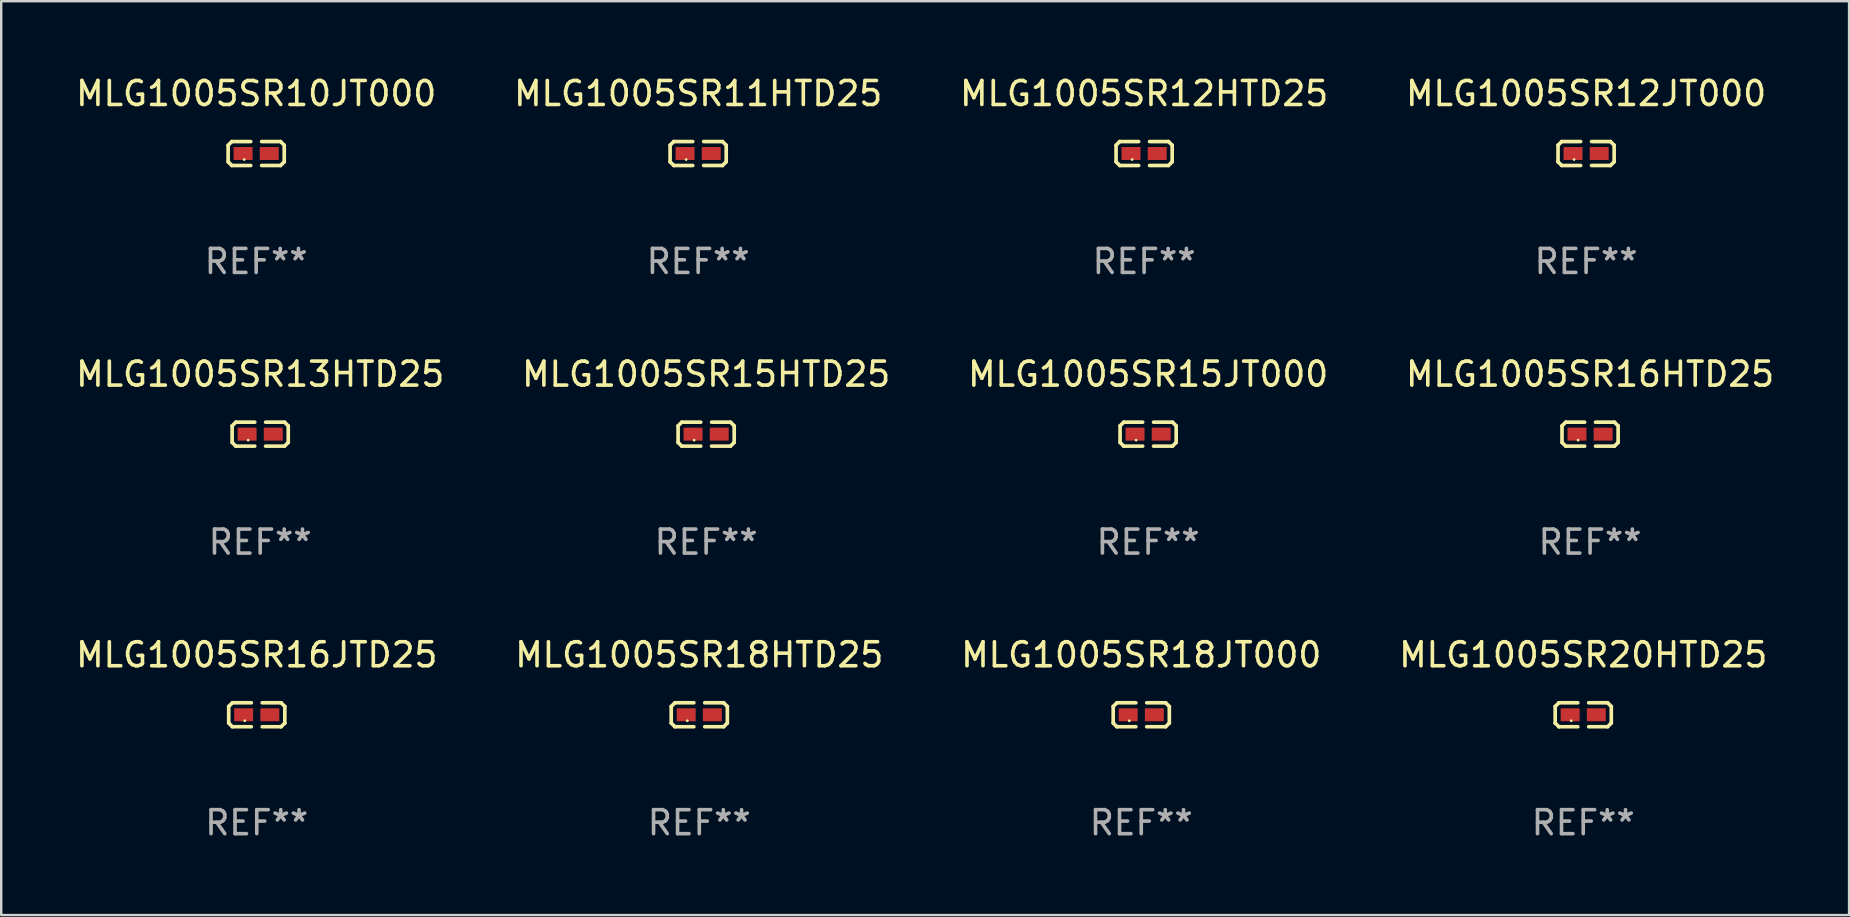
<source format=kicad_pcb>
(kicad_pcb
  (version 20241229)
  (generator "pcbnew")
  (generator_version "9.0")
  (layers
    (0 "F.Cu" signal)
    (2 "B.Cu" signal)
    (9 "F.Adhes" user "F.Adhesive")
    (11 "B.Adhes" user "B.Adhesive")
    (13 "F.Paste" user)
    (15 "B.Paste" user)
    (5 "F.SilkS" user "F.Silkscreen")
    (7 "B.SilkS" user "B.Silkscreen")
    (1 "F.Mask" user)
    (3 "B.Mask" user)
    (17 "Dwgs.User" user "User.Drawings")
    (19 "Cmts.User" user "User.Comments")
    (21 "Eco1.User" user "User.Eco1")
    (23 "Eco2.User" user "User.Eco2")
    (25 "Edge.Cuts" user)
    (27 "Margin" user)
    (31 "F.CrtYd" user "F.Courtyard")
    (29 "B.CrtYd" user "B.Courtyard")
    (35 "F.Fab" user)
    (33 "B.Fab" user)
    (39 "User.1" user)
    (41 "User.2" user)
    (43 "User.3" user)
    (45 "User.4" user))
  (footprint "MLG1005SR18JT000"
    (layer "F.Cu")
    (at 44.506 26.734)
    (property "Reference" "MLG1005SR18JT000" (at 0 -2.499 0) (layer "F.SilkS") (effects (font (size 1 1) (thickness 0.15))))
    (attr through_hole)
    (fp_line (start -1.169 -0.346) (end -1.016 -0.499) (stroke (width 0.152) (type solid)) (layer "F.SilkS"))
    (fp_line (start -1.169 0.346) (end -1.169 -0.346) (stroke (width 0.152) (type solid)) (layer "F.SilkS"))
    (fp_line (start -1.016 -0.499) (end -0.226 -0.499) (stroke (width 0.152) (type solid)) (layer "F.SilkS"))
    (fp_line (start -1.016 0.499) (end -1.169 0.346) (stroke (width 0.152) (type solid)) (layer "F.SilkS"))
    (fp_line (start -0.226 0.499) (end -1.016 0.499) (stroke (width 0.152) (type solid)) (layer "F.SilkS"))
    (fp_line (start 0.226 0.499) (end 1.016 0.499) (stroke (width 0.152) (type solid)) (layer "F.SilkS"))
    (fp_line (start 1.016 -0.499) (end 0.226 -0.499) (stroke (width 0.152) (type solid)) (layer "F.SilkS"))
    (fp_line (start 1.016 0.499) (end 1.169 0.346) (stroke (width 0.152) (type solid)) (layer "F.SilkS"))
    (fp_line (start 1.169 -0.346) (end 1.016 -0.499) (stroke (width 0.152) (type solid)) (layer "F.SilkS"))
    (fp_line (start 1.169 0.346) (end 1.169 -0.346) (stroke (width 0.152) (type solid)) (layer "F.SilkS"))
    (fp_circle (center -0.5 0.25) (end -0.47 0.25) (stroke (width 0.06) (type solid)) (fill no) (layer "F.SilkS"))
    (fp_text user "REF**" (at 0 4.499 0) (layer "F.Fab") (effects (font (size 1 1) (thickness 0.15))))
    (pad "1" smd rect (at -0.545 0) (size 0.79 0.54) (layers "F.Cu" "F.Mask" "F.Paste"))
    (pad "2" smd rect (at 0.545 0) (size 0.79 0.54) (layers "F.Cu" "F.Mask" "F.Paste")))
  (footprint "MLG1005SR18HTD25"
    (layer "F.Cu")
    (at 26.089 26.734)
    (property "Reference" "MLG1005SR18HTD25" (at 0 -2.499 0) (layer "F.SilkS") (effects (font (size 1 1) (thickness 0.15))))
    (attr through_hole)
    (fp_line (start -1.169 -0.346) (end -1.016 -0.499) (stroke (width 0.152) (type solid)) (layer "F.SilkS"))
    (fp_line (start -1.169 0.346) (end -1.169 -0.346) (stroke (width 0.152) (type solid)) (layer "F.SilkS"))
    (fp_line (start -1.016 -0.499) (end -0.226 -0.499) (stroke (width 0.152) (type solid)) (layer "F.SilkS"))
    (fp_line (start -1.016 0.499) (end -1.169 0.346) (stroke (width 0.152) (type solid)) (layer "F.SilkS"))
    (fp_line (start -0.226 0.499) (end -1.016 0.499) (stroke (width 0.152) (type solid)) (layer "F.SilkS"))
    (fp_line (start 0.226 0.499) (end 1.016 0.499) (stroke (width 0.152) (type solid)) (layer "F.SilkS"))
    (fp_line (start 1.016 -0.499) (end 0.226 -0.499) (stroke (width 0.152) (type solid)) (layer "F.SilkS"))
    (fp_line (start 1.016 0.499) (end 1.169 0.346) (stroke (width 0.152) (type solid)) (layer "F.SilkS"))
    (fp_line (start 1.169 -0.346) (end 1.016 -0.499) (stroke (width 0.152) (type solid)) (layer "F.SilkS"))
    (fp_line (start 1.169 0.346) (end 1.169 -0.346) (stroke (width 0.152) (type solid)) (layer "F.SilkS"))
    (fp_circle (center -0.5 0.25) (end -0.47 0.25) (stroke (width 0.06) (type solid)) (fill no) (layer "F.SilkS"))
    (fp_text user "REF**" (at 0 4.499 0) (layer "F.Fab") (effects (font (size 1 1) (thickness 0.15))))
    (pad "1" smd rect (at -0.545 0) (size 0.79 0.54) (layers "F.Cu" "F.Mask" "F.Paste"))
    (pad "2" smd rect (at 0.545 0) (size 0.79 0.54) (layers "F.Cu" "F.Mask" "F.Paste")))
  (footprint "MLG1005SR16HTD25"
    (layer "F.Cu")
    (at 63.208 15.041)
    (property "Reference" "MLG1005SR16HTD25" (at 0 -2.499 0) (layer "F.SilkS") (effects (font (size 1 1) (thickness 0.15))))
    (attr through_hole)
    (fp_line (start -1.169 -0.346) (end -1.016 -0.499) (stroke (width 0.152) (type solid)) (layer "F.SilkS"))
    (fp_line (start -1.169 0.346) (end -1.169 -0.346) (stroke (width 0.152) (type solid)) (layer "F.SilkS"))
    (fp_line (start -1.016 -0.499) (end -0.226 -0.499) (stroke (width 0.152) (type solid)) (layer "F.SilkS"))
    (fp_line (start -1.016 0.499) (end -1.169 0.346) (stroke (width 0.152) (type solid)) (layer "F.SilkS"))
    (fp_line (start -0.226 0.499) (end -1.016 0.499) (stroke (width 0.152) (type solid)) (layer "F.SilkS"))
    (fp_line (start 0.226 0.499) (end 1.016 0.499) (stroke (width 0.152) (type solid)) (layer "F.SilkS"))
    (fp_line (start 1.016 -0.499) (end 0.226 -0.499) (stroke (width 0.152) (type solid)) (layer "F.SilkS"))
    (fp_line (start 1.016 0.499) (end 1.169 0.346) (stroke (width 0.152) (type solid)) (layer "F.SilkS"))
    (fp_line (start 1.169 -0.346) (end 1.016 -0.499) (stroke (width 0.152) (type solid)) (layer "F.SilkS"))
    (fp_line (start 1.169 0.346) (end 1.169 -0.346) (stroke (width 0.152) (type solid)) (layer "F.SilkS"))
    (fp_circle (center -0.5 0.25) (end -0.47 0.25) (stroke (width 0.06) (type solid)) (fill no) (layer "F.SilkS"))
    (fp_text user "REF**" (at 0 4.499 0) (layer "F.Fab") (effects (font (size 1 1) (thickness 0.15))))
    (pad "1" smd rect (at -0.545 0) (size 0.79 0.54) (layers "F.Cu" "F.Mask" "F.Paste"))
    (pad "2" smd rect (at 0.545 0) (size 0.79 0.54) (layers "F.Cu" "F.Mask" "F.Paste")))
  (footprint "MLG1005SR15JT000"
    (layer "F.Cu")
    (at 44.792 15.041)
    (property "Reference" "MLG1005SR15JT000" (at 0 -2.499 0) (layer "F.SilkS") (effects (font (size 1 1) (thickness 0.15))))
    (attr through_hole)
    (fp_line (start -1.169 -0.346) (end -1.016 -0.499) (stroke (width 0.152) (type solid)) (layer "F.SilkS"))
    (fp_line (start -1.169 0.346) (end -1.169 -0.346) (stroke (width 0.152) (type solid)) (layer "F.SilkS"))
    (fp_line (start -1.016 -0.499) (end -0.226 -0.499) (stroke (width 0.152) (type solid)) (layer "F.SilkS"))
    (fp_line (start -1.016 0.499) (end -1.169 0.346) (stroke (width 0.152) (type solid)) (layer "F.SilkS"))
    (fp_line (start -0.226 0.499) (end -1.016 0.499) (stroke (width 0.152) (type solid)) (layer "F.SilkS"))
    (fp_line (start 0.226 0.499) (end 1.016 0.499) (stroke (width 0.152) (type solid)) (layer "F.SilkS"))
    (fp_line (start 1.016 -0.499) (end 0.226 -0.499) (stroke (width 0.152) (type solid)) (layer "F.SilkS"))
    (fp_line (start 1.016 0.499) (end 1.169 0.346) (stroke (width 0.152) (type solid)) (layer "F.SilkS"))
    (fp_line (start 1.169 -0.346) (end 1.016 -0.499) (stroke (width 0.152) (type solid)) (layer "F.SilkS"))
    (fp_line (start 1.169 0.346) (end 1.169 -0.346) (stroke (width 0.152) (type solid)) (layer "F.SilkS"))
    (fp_circle (center -0.5 0.25) (end -0.47 0.25) (stroke (width 0.06) (type solid)) (fill no) (layer "F.SilkS"))
    (fp_text user "REF**" (at 0 4.499 0) (layer "F.Fab") (effects (font (size 1 1) (thickness 0.15))))
    (pad "1" smd rect (at -0.545 0) (size 0.79 0.54) (layers "F.Cu" "F.Mask" "F.Paste"))
    (pad "2" smd rect (at 0.545 0) (size 0.79 0.54) (layers "F.Cu" "F.Mask" "F.Paste")))
  (footprint "MLG1005SR20HTD25"
    (layer "F.Cu")
    (at 62.923 26.734)
    (property "Reference" "MLG1005SR20HTD25" (at 0 -2.499 0) (layer "F.SilkS") (effects (font (size 1 1) (thickness 0.15))))
    (attr through_hole)
    (fp_line (start -1.169 -0.346) (end -1.016 -0.499) (stroke (width 0.152) (type solid)) (layer "F.SilkS"))
    (fp_line (start -1.169 0.346) (end -1.169 -0.346) (stroke (width 0.152) (type solid)) (layer "F.SilkS"))
    (fp_line (start -1.016 -0.499) (end -0.226 -0.499) (stroke (width 0.152) (type solid)) (layer "F.SilkS"))
    (fp_line (start -1.016 0.499) (end -1.169 0.346) (stroke (width 0.152) (type solid)) (layer "F.SilkS"))
    (fp_line (start -0.226 0.499) (end -1.016 0.499) (stroke (width 0.152) (type solid)) (layer "F.SilkS"))
    (fp_line (start 0.226 0.499) (end 1.016 0.499) (stroke (width 0.152) (type solid)) (layer "F.SilkS"))
    (fp_line (start 1.016 -0.499) (end 0.226 -0.499) (stroke (width 0.152) (type solid)) (layer "F.SilkS"))
    (fp_line (start 1.016 0.499) (end 1.169 0.346) (stroke (width 0.152) (type solid)) (layer "F.SilkS"))
    (fp_line (start 1.169 -0.346) (end 1.016 -0.499) (stroke (width 0.152) (type solid)) (layer "F.SilkS"))
    (fp_line (start 1.169 0.346) (end 1.169 -0.346) (stroke (width 0.152) (type solid)) (layer "F.SilkS"))
    (fp_circle (center -0.5 0.25) (end -0.47 0.25) (stroke (width 0.06) (type solid)) (fill no) (layer "F.SilkS"))
    (fp_text user "REF**" (at 0 4.499 0) (layer "F.Fab") (effects (font (size 1 1) (thickness 0.15))))
    (pad "1" smd rect (at -0.545 0) (size 0.79 0.54) (layers "F.Cu" "F.Mask" "F.Paste"))
    (pad "2" smd rect (at 0.545 0) (size 0.79 0.54) (layers "F.Cu" "F.Mask" "F.Paste")))
  (footprint "MLG1005SR13HTD25"
    (layer "F.Cu")
    (at 7.792 15.041)
    (property "Reference" "MLG1005SR13HTD25" (at 0 -2.499 0) (layer "F.SilkS") (effects (font (size 1 1) (thickness 0.15))))
    (attr through_hole)
    (fp_line (start -1.169 -0.346) (end -1.016 -0.499) (stroke (width 0.152) (type solid)) (layer "F.SilkS"))
    (fp_line (start -1.169 0.346) (end -1.169 -0.346) (stroke (width 0.152) (type solid)) (layer "F.SilkS"))
    (fp_line (start -1.016 -0.499) (end -0.226 -0.499) (stroke (width 0.152) (type solid)) (layer "F.SilkS"))
    (fp_line (start -1.016 0.499) (end -1.169 0.346) (stroke (width 0.152) (type solid)) (layer "F.SilkS"))
    (fp_line (start -0.226 0.499) (end -1.016 0.499) (stroke (width 0.152) (type solid)) (layer "F.SilkS"))
    (fp_line (start 0.226 0.499) (end 1.016 0.499) (stroke (width 0.152) (type solid)) (layer "F.SilkS"))
    (fp_line (start 1.016 -0.499) (end 0.226 -0.499) (stroke (width 0.152) (type solid)) (layer "F.SilkS"))
    (fp_line (start 1.016 0.499) (end 1.169 0.346) (stroke (width 0.152) (type solid)) (layer "F.SilkS"))
    (fp_line (start 1.169 -0.346) (end 1.016 -0.499) (stroke (width 0.152) (type solid)) (layer "F.SilkS"))
    (fp_line (start 1.169 0.346) (end 1.169 -0.346) (stroke (width 0.152) (type solid)) (layer "F.SilkS"))
    (fp_circle (center -0.5 0.25) (end -0.47 0.25) (stroke (width 0.06) (type solid)) (fill no) (layer "F.SilkS"))
    (fp_text user "REF**" (at 0 4.499 0) (layer "F.Fab") (effects (font (size 1 1) (thickness 0.15))))
    (pad "1" smd rect (at -0.545 0) (size 0.79 0.54) (layers "F.Cu" "F.Mask" "F.Paste"))
    (pad "2" smd rect (at 0.545 0) (size 0.79 0.54) (layers "F.Cu" "F.Mask" "F.Paste")))
  (footprint "MLG1005SR10JT000"
    (layer "F.Cu")
    (at 7.625 3.347)
    (property "Reference" "MLG1005SR10JT000" (at 0 -2.499 0) (layer "F.SilkS") (effects (font (size 1 1) (thickness 0.15))))
    (attr through_hole)
    (fp_line (start -1.169 -0.346) (end -1.016 -0.499) (stroke (width 0.152) (type solid)) (layer "F.SilkS"))
    (fp_line (start -1.169 0.346) (end -1.169 -0.346) (stroke (width 0.152) (type solid)) (layer "F.SilkS"))
    (fp_line (start -1.016 -0.499) (end -0.226 -0.499) (stroke (width 0.152) (type solid)) (layer "F.SilkS"))
    (fp_line (start -1.016 0.499) (end -1.169 0.346) (stroke (width 0.152) (type solid)) (layer "F.SilkS"))
    (fp_line (start -0.226 0.499) (end -1.016 0.499) (stroke (width 0.152) (type solid)) (layer "F.SilkS"))
    (fp_line (start 0.226 0.499) (end 1.016 0.499) (stroke (width 0.152) (type solid)) (layer "F.SilkS"))
    (fp_line (start 1.016 -0.499) (end 0.226 -0.499) (stroke (width 0.152) (type solid)) (layer "F.SilkS"))
    (fp_line (start 1.016 0.499) (end 1.169 0.346) (stroke (width 0.152) (type solid)) (layer "F.SilkS"))
    (fp_line (start 1.169 -0.346) (end 1.016 -0.499) (stroke (width 0.152) (type solid)) (layer "F.SilkS"))
    (fp_line (start 1.169 0.346) (end 1.169 -0.346) (stroke (width 0.152) (type solid)) (layer "F.SilkS"))
    (fp_circle (center -0.5 0.25) (end -0.47 0.25) (stroke (width 0.06) (type solid)) (fill no) (layer "F.SilkS"))
    (fp_text user "REF**" (at 0 4.499 0) (layer "F.Fab") (effects (font (size 1 1) (thickness 0.15))))
    (pad "1" smd rect (at -0.545 0) (size 0.79 0.54) (layers "F.Cu" "F.Mask" "F.Paste"))
    (pad "2" smd rect (at 0.545 0) (size 0.79 0.54) (layers "F.Cu" "F.Mask" "F.Paste")))
  (footprint "MLG1005SR15HTD25"
    (layer "F.Cu")
    (at 26.375 15.041)
    (property "Reference" "MLG1005SR15HTD25" (at 0 -2.499 0) (layer "F.SilkS") (effects (font (size 1 1) (thickness 0.15))))
    (attr through_hole)
    (fp_line (start -1.169 -0.346) (end -1.016 -0.499) (stroke (width 0.152) (type solid)) (layer "F.SilkS"))
    (fp_line (start -1.169 0.346) (end -1.169 -0.346) (stroke (width 0.152) (type solid)) (layer "F.SilkS"))
    (fp_line (start -1.016 -0.499) (end -0.226 -0.499) (stroke (width 0.152) (type solid)) (layer "F.SilkS"))
    (fp_line (start -1.016 0.499) (end -1.169 0.346) (stroke (width 0.152) (type solid)) (layer "F.SilkS"))
    (fp_line (start -0.226 0.499) (end -1.016 0.499) (stroke (width 0.152) (type solid)) (layer "F.SilkS"))
    (fp_line (start 0.226 0.499) (end 1.016 0.499) (stroke (width 0.152) (type solid)) (layer "F.SilkS"))
    (fp_line (start 1.016 -0.499) (end 0.226 -0.499) (stroke (width 0.152) (type solid)) (layer "F.SilkS"))
    (fp_line (start 1.016 0.499) (end 1.169 0.346) (stroke (width 0.152) (type solid)) (layer "F.SilkS"))
    (fp_line (start 1.169 -0.346) (end 1.016 -0.499) (stroke (width 0.152) (type solid)) (layer "F.SilkS"))
    (fp_line (start 1.169 0.346) (end 1.169 -0.346) (stroke (width 0.152) (type solid)) (layer "F.SilkS"))
    (fp_circle (center -0.5 0.25) (end -0.47 0.25) (stroke (width 0.06) (type solid)) (fill no) (layer "F.SilkS"))
    (fp_text user "REF**" (at 0 4.499 0) (layer "F.Fab") (effects (font (size 1 1) (thickness 0.15))))
    (pad "1" smd rect (at -0.545 0) (size 0.79 0.54) (layers "F.Cu" "F.Mask" "F.Paste"))
    (pad "2" smd rect (at 0.545 0) (size 0.79 0.54) (layers "F.Cu" "F.Mask" "F.Paste")))
  (footprint "MLG1005SR12JT000"
    (layer "F.Cu")
    (at 63.042 3.347)
    (property "Reference" "MLG1005SR12JT000" (at 0 -2.499 0) (layer "F.SilkS") (effects (font (size 1 1) (thickness 0.15))))
    (attr through_hole)
    (fp_line (start -1.169 -0.346) (end -1.016 -0.499) (stroke (width 0.152) (type solid)) (layer "F.SilkS"))
    (fp_line (start -1.169 0.346) (end -1.169 -0.346) (stroke (width 0.152) (type solid)) (layer "F.SilkS"))
    (fp_line (start -1.016 -0.499) (end -0.226 -0.499) (stroke (width 0.152) (type solid)) (layer "F.SilkS"))
    (fp_line (start -1.016 0.499) (end -1.169 0.346) (stroke (width 0.152) (type solid)) (layer "F.SilkS"))
    (fp_line (start -0.226 0.499) (end -1.016 0.499) (stroke (width 0.152) (type solid)) (layer "F.SilkS"))
    (fp_line (start 0.226 0.499) (end 1.016 0.499) (stroke (width 0.152) (type solid)) (layer "F.SilkS"))
    (fp_line (start 1.016 -0.499) (end 0.226 -0.499) (stroke (width 0.152) (type solid)) (layer "F.SilkS"))
    (fp_line (start 1.016 0.499) (end 1.169 0.346) (stroke (width 0.152) (type solid)) (layer "F.SilkS"))
    (fp_line (start 1.169 -0.346) (end 1.016 -0.499) (stroke (width 0.152) (type solid)) (layer "F.SilkS"))
    (fp_line (start 1.169 0.346) (end 1.169 -0.346) (stroke (width 0.152) (type solid)) (layer "F.SilkS"))
    (fp_circle (center -0.5 0.25) (end -0.47 0.25) (stroke (width 0.06) (type solid)) (fill no) (layer "F.SilkS"))
    (fp_text user "REF**" (at 0 4.499 0) (layer "F.Fab") (effects (font (size 1 1) (thickness 0.15))))
    (pad "1" smd rect (at -0.545 0) (size 0.79 0.54) (layers "F.Cu" "F.Mask" "F.Paste"))
    (pad "2" smd rect (at 0.545 0) (size 0.79 0.54) (layers "F.Cu" "F.Mask" "F.Paste")))
  (footprint "MLG1005SR16JTD25"
    (layer "F.Cu")
    (at 7.649 26.734)
    (property "Reference" "MLG1005SR16JTD25" (at 0 -2.499 0) (layer "F.SilkS") (effects (font (size 1 1) (thickness 0.15))))
    (attr through_hole)
    (fp_line (start -1.169 -0.346) (end -1.016 -0.499) (stroke (width 0.152) (type solid)) (layer "F.SilkS"))
    (fp_line (start -1.169 0.346) (end -1.169 -0.346) (stroke (width 0.152) (type solid)) (layer "F.SilkS"))
    (fp_line (start -1.016 -0.499) (end -0.226 -0.499) (stroke (width 0.152) (type solid)) (layer "F.SilkS"))
    (fp_line (start -1.016 0.499) (end -1.169 0.346) (stroke (width 0.152) (type solid)) (layer "F.SilkS"))
    (fp_line (start -0.226 0.499) (end -1.016 0.499) (stroke (width 0.152) (type solid)) (layer "F.SilkS"))
    (fp_line (start 0.226 0.499) (end 1.016 0.499) (stroke (width 0.152) (type solid)) (layer "F.SilkS"))
    (fp_line (start 1.016 -0.499) (end 0.226 -0.499) (stroke (width 0.152) (type solid)) (layer "F.SilkS"))
    (fp_line (start 1.016 0.499) (end 1.169 0.346) (stroke (width 0.152) (type solid)) (layer "F.SilkS"))
    (fp_line (start 1.169 -0.346) (end 1.016 -0.499) (stroke (width 0.152) (type solid)) (layer "F.SilkS"))
    (fp_line (start 1.169 0.346) (end 1.169 -0.346) (stroke (width 0.152) (type solid)) (layer "F.SilkS"))
    (fp_circle (center -0.5 0.25) (end -0.47 0.25) (stroke (width 0.06) (type solid)) (fill no) (layer "F.SilkS"))
    (fp_text user "REF**" (at 0 4.499 0) (layer "F.Fab") (effects (font (size 1 1) (thickness 0.15))))
    (pad "1" smd rect (at -0.545 0) (size 0.79 0.54) (layers "F.Cu" "F.Mask" "F.Paste"))
    (pad "2" smd rect (at 0.545 0) (size 0.79 0.54) (layers "F.Cu" "F.Mask" "F.Paste")))
  (footprint "MLG1005SR12HTD25"
    (layer "F.Cu")
    (at 44.625 3.347)
    (property "Reference" "MLG1005SR12HTD25" (at 0 -2.499 0) (layer "F.SilkS") (effects (font (size 1 1) (thickness 0.15))))
    (attr through_hole)
    (fp_line (start -1.169 -0.346) (end -1.016 -0.499) (stroke (width 0.152) (type solid)) (layer "F.SilkS"))
    (fp_line (start -1.169 0.346) (end -1.169 -0.346) (stroke (width 0.152) (type solid)) (layer "F.SilkS"))
    (fp_line (start -1.016 -0.499) (end -0.226 -0.499) (stroke (width 0.152) (type solid)) (layer "F.SilkS"))
    (fp_line (start -1.016 0.499) (end -1.169 0.346) (stroke (width 0.152) (type solid)) (layer "F.SilkS"))
    (fp_line (start -0.226 0.499) (end -1.016 0.499) (stroke (width 0.152) (type solid)) (layer "F.SilkS"))
    (fp_line (start 0.226 0.499) (end 1.016 0.499) (stroke (width 0.152) (type solid)) (layer "F.SilkS"))
    (fp_line (start 1.016 -0.499) (end 0.226 -0.499) (stroke (width 0.152) (type solid)) (layer "F.SilkS"))
    (fp_line (start 1.016 0.499) (end 1.169 0.346) (stroke (width 0.152) (type solid)) (layer "F.SilkS"))
    (fp_line (start 1.169 -0.346) (end 1.016 -0.499) (stroke (width 0.152) (type solid)) (layer "F.SilkS"))
    (fp_line (start 1.169 0.346) (end 1.169 -0.346) (stroke (width 0.152) (type solid)) (layer "F.SilkS"))
    (fp_circle (center -0.5 0.25) (end -0.47 0.25) (stroke (width 0.06) (type solid)) (fill no) (layer "F.SilkS"))
    (fp_text user "REF**" (at 0 4.499 0) (layer "F.Fab") (effects (font (size 1 1) (thickness 0.15))))
    (pad "1" smd rect (at -0.545 0) (size 0.79 0.54) (layers "F.Cu" "F.Mask" "F.Paste"))
    (pad "2" smd rect (at 0.545 0) (size 0.79 0.54) (layers "F.Cu" "F.Mask" "F.Paste")))
  (footprint "MLG1005SR11HTD25"
    (layer "F.Cu")
    (at 26.042 3.347)
    (property "Reference" "MLG1005SR11HTD25" (at 0 -2.499 0) (layer "F.SilkS") (effects (font (size 1 1) (thickness 0.15))))
    (attr through_hole)
    (fp_line (start -1.169 -0.346) (end -1.016 -0.499) (stroke (width 0.152) (type solid)) (layer "F.SilkS"))
    (fp_line (start -1.169 0.346) (end -1.169 -0.346) (stroke (width 0.152) (type solid)) (layer "F.SilkS"))
    (fp_line (start -1.016 -0.499) (end -0.226 -0.499) (stroke (width 0.152) (type solid)) (layer "F.SilkS"))
    (fp_line (start -1.016 0.499) (end -1.169 0.346) (stroke (width 0.152) (type solid)) (layer "F.SilkS"))
    (fp_line (start -0.226 0.499) (end -1.016 0.499) (stroke (width 0.152) (type solid)) (layer "F.SilkS"))
    (fp_line (start 0.226 0.499) (end 1.016 0.499) (stroke (width 0.152) (type solid)) (layer "F.SilkS"))
    (fp_line (start 1.016 -0.499) (end 0.226 -0.499) (stroke (width 0.152) (type solid)) (layer "F.SilkS"))
    (fp_line (start 1.016 0.499) (end 1.169 0.346) (stroke (width 0.152) (type solid)) (layer "F.SilkS"))
    (fp_line (start 1.169 -0.346) (end 1.016 -0.499) (stroke (width 0.152) (type solid)) (layer "F.SilkS"))
    (fp_line (start 1.169 0.346) (end 1.169 -0.346) (stroke (width 0.152) (type solid)) (layer "F.SilkS"))
    (fp_circle (center -0.5 0.25) (end -0.47 0.25) (stroke (width 0.06) (type solid)) (fill no) (layer "F.SilkS"))
    (fp_text user "REF**" (at 0 4.499 0) (layer "F.Fab") (effects (font (size 1 1) (thickness 0.15))))
    (pad "1" smd rect (at -0.545 0) (size 0.79 0.54) (layers "F.Cu" "F.Mask" "F.Paste"))
    (pad "2" smd rect (at 0.545 0) (size 0.79 0.54) (layers "F.Cu" "F.Mask" "F.Paste")))
  (gr_rect
    (start -3 -3)
    (end 74 35.081)
    (stroke (width 0.1) (type default))
    (fill no)
    (layer "Edge.Cuts")))
</source>
